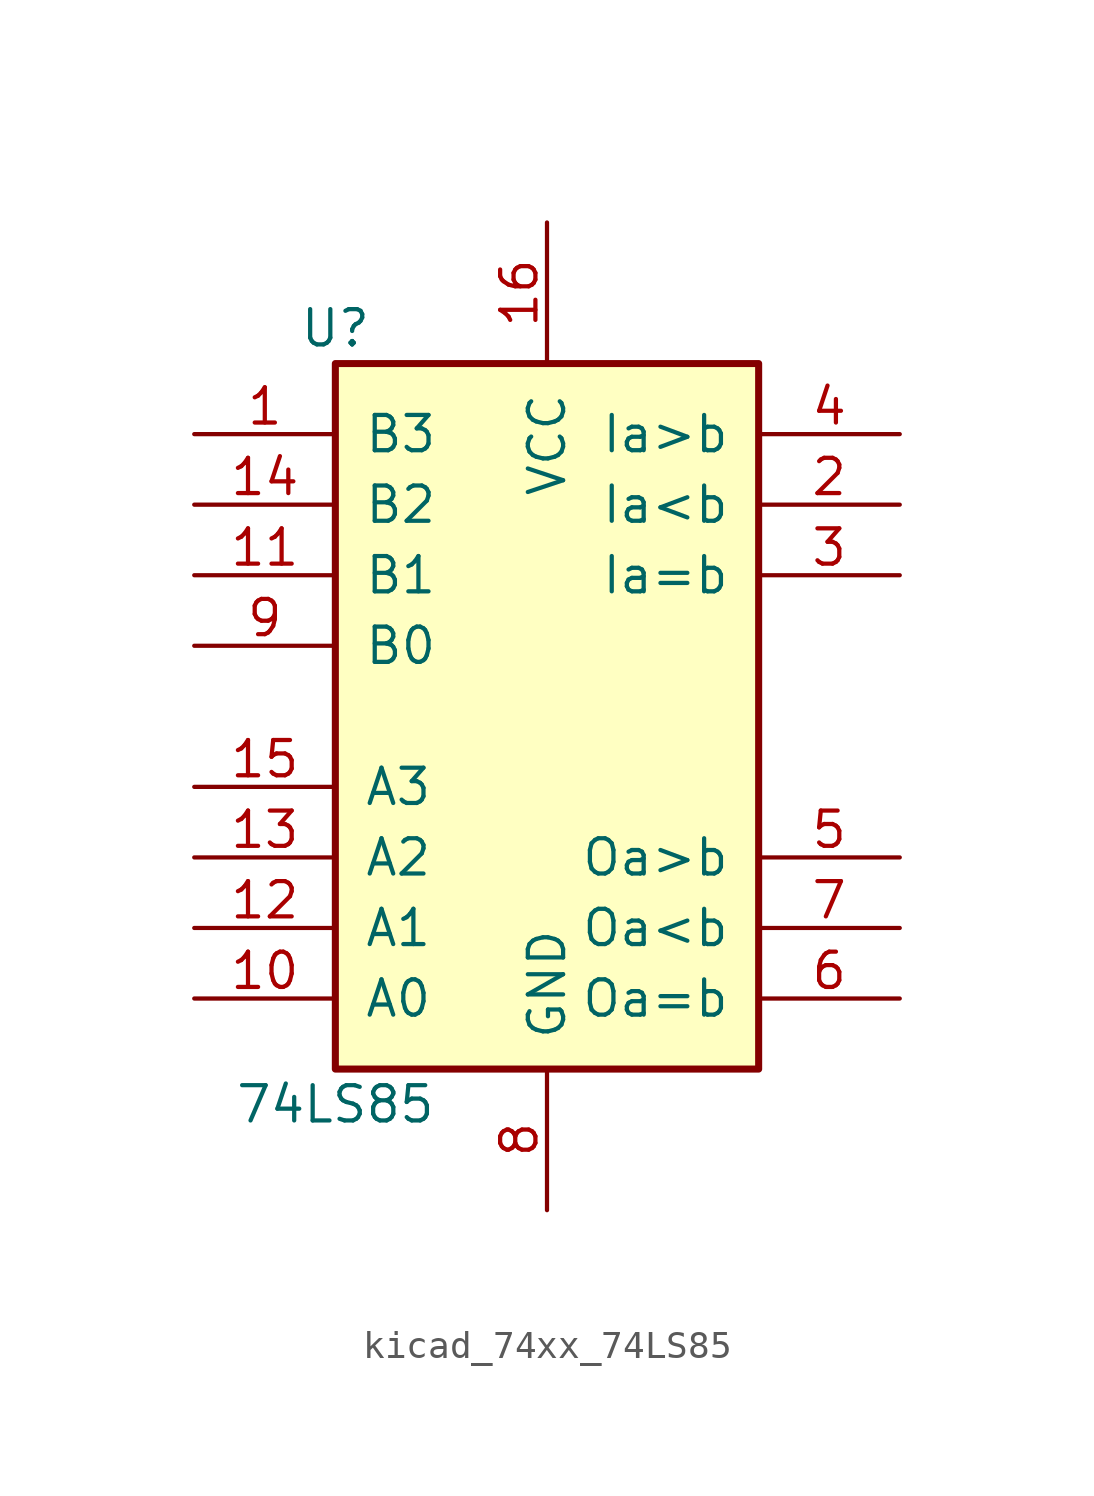
<source format=kicad_sym>
(kicad_symbol_lib
  (version 20220914)
  (generator kicad_symbol_editor)
  (symbol "kicad_74xx_74LS85"
    (pin_names
      (offset 1.016))
    (property "Reference" "U"
      (at -7.62 13.97 0)
      (effects (font (size 1.27 1.27))))
    (property "Value" "74LS85"
      (at -7.62 -13.97 0)
      (effects (font (size 1.27 1.27))))
    (property "ki_locked" ""
      (at 0 0 0)
      (effects (font (size 1.27 1.27))))
    (symbol "kicad_74xx_74LS85_1_0"
      (pin input line (at -12.7 10.16 0) (length 5.08) (name "B3" (effects (font (size 1.27 1.27)))) (number "1" (effects (font (size 1.27 1.27)))))
      (pin input line (at -12.7 -10.16 0) (length 5.08) (name "A0" (effects (font (size 1.27 1.27)))) (number "10" (effects (font (size 1.27 1.27)))))
      (pin input line (at -12.7 5.08 0) (length 5.08) (name "B1" (effects (font (size 1.27 1.27)))) (number "11" (effects (font (size 1.27 1.27)))))
      (pin input line (at -12.7 -7.62 0) (length 5.08) (name "A1" (effects (font (size 1.27 1.27)))) (number "12" (effects (font (size 1.27 1.27)))))
      (pin input line (at -12.7 -5.08 0) (length 5.08) (name "A2" (effects (font (size 1.27 1.27)))) (number "13" (effects (font (size 1.27 1.27)))))
      (pin input line (at -12.7 7.62 0) (length 5.08) (name "B2" (effects (font (size 1.27 1.27)))) (number "14" (effects (font (size 1.27 1.27)))))
      (pin input line (at -12.7 -2.54 0) (length 5.08) (name "A3" (effects (font (size 1.27 1.27)))) (number "15" (effects (font (size 1.27 1.27)))))
      (pin power_in line (at 0 17.78 270) (length 5.08) (name "VCC" (effects (font (size 1.27 1.27)))) (number "16" (effects (font (size 1.27 1.27)))))
      (pin input line (at 12.7 7.62 180) (length 5.08) (name "Ia<b" (effects (font (size 1.27 1.27)))) (number "2" (effects (font (size 1.27 1.27)))))
      (pin input line (at 12.7 5.08 180) (length 5.08) (name "Ia=b" (effects (font (size 1.27 1.27)))) (number "3" (effects (font (size 1.27 1.27)))))
      (pin input line (at 12.7 10.16 180) (length 5.08) (name "Ia>b" (effects (font (size 1.27 1.27)))) (number "4" (effects (font (size 1.27 1.27)))))
      (pin output line (at 12.7 -5.08 180) (length 5.08) (name "Oa>b" (effects (font (size 1.27 1.27)))) (number "5" (effects (font (size 1.27 1.27)))))
      (pin output line (at 12.7 -10.16 180) (length 5.08) (name "Oa=b" (effects (font (size 1.27 1.27)))) (number "6" (effects (font (size 1.27 1.27)))))
      (pin output line (at 12.7 -7.62 180) (length 5.08) (name "Oa<b" (effects (font (size 1.27 1.27)))) (number "7" (effects (font (size 1.27 1.27)))))
      (pin power_in line (at 0 -17.78 90) (length 5.08) (name "GND" (effects (font (size 1.27 1.27)))) (number "8" (effects (font (size 1.27 1.27)))))
      (pin input line (at -12.7 2.54 0) (length 5.08) (name "B0" (effects (font (size 1.27 1.27)))) (number "9" (effects (font (size 1.27 1.27))))))
    (symbol "kicad_74xx_74LS85_1_1"
      (rectangle (start -7.62 12.7) (end 7.62 -12.7) (stroke (width 0.254) (type default)) (fill (type background))))))
</source>
